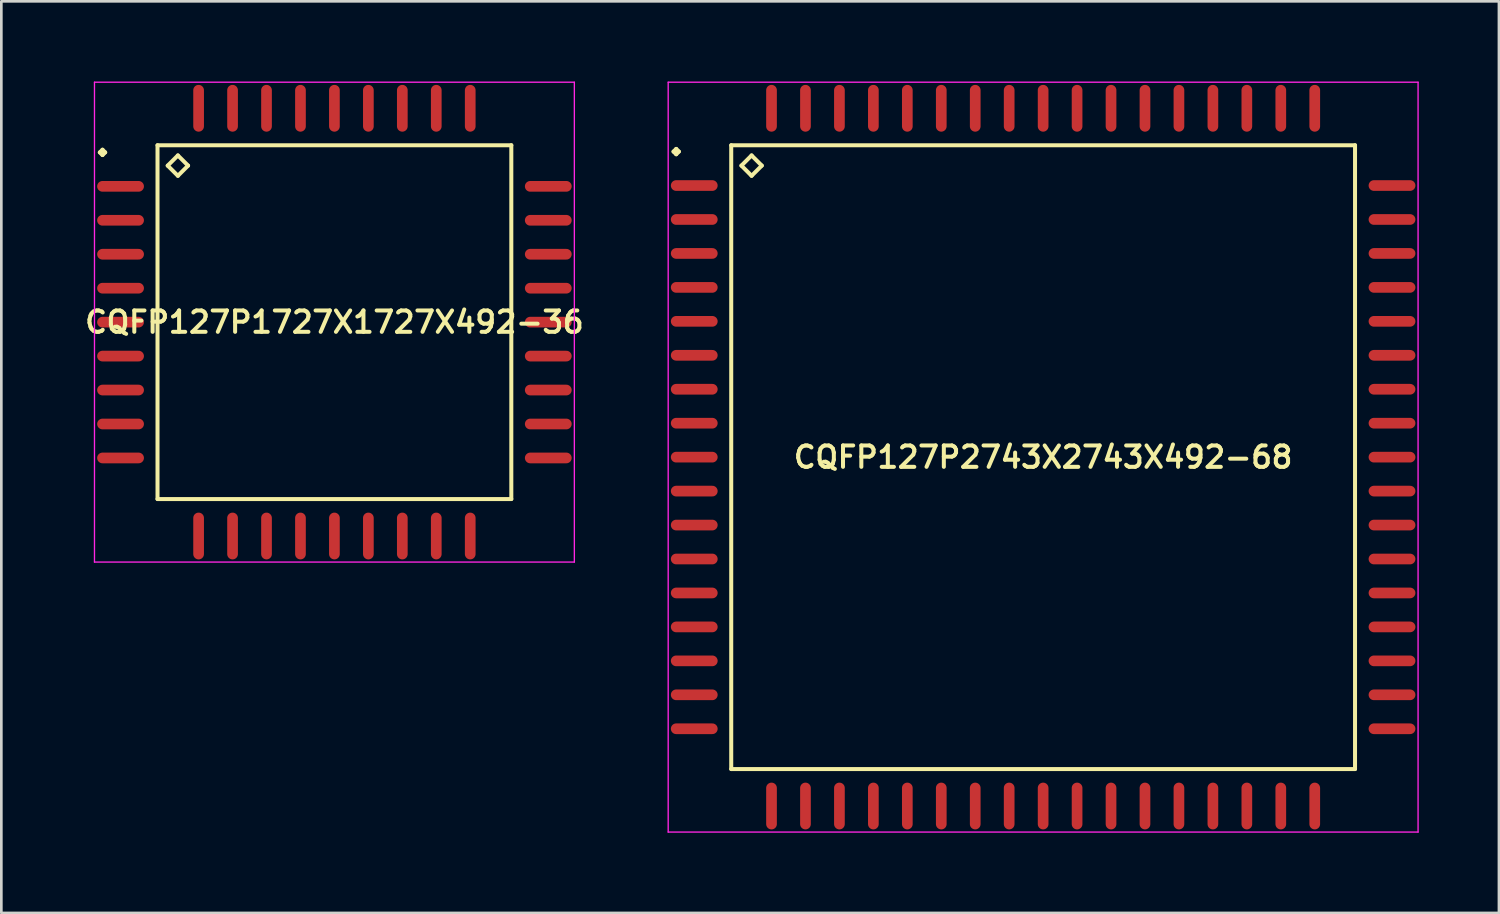
<source format=kicad_pcb>
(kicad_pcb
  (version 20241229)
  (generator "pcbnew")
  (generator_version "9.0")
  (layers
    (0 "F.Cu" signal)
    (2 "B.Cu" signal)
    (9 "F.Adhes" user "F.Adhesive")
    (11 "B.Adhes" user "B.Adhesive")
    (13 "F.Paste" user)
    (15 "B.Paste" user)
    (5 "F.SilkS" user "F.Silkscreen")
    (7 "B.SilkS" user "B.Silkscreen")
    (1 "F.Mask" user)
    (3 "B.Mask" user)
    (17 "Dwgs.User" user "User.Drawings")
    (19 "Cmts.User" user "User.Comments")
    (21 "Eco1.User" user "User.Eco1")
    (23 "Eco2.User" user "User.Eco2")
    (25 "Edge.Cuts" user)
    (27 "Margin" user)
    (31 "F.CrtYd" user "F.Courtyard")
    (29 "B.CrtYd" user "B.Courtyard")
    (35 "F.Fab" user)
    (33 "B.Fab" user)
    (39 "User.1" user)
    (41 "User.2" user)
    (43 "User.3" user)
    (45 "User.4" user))
  (footprint "CQFP127P1727X1727X492-36"
    (layer "F.Cu")
    (at 9.459 9)
    (property "Reference" "CQFP127P1727X1727X492-36" (at 0 0 0) (layer "F.SilkS") (effects (font (size 0.8 0.8) (thickness 0.15))))
    (attr smd)
    (fp_line (start -8.775 -6.35) (end -8.675 -6.45) (stroke (width 0.15) (type solid)) (layer "F.SilkS"))
    (fp_line (start -8.675 -6.45) (end -8.575 -6.35) (stroke (width 0.15) (type solid)) (layer "F.SilkS"))
    (fp_line (start -8.675 -6.25) (end -8.775 -6.35) (stroke (width 0.15) (type solid)) (layer "F.SilkS"))
    (fp_line (start -8.575 -6.35) (end -8.675 -6.25) (stroke (width 0.15) (type solid)) (layer "F.SilkS"))
    (fp_line (start -6.617 -6.617) (end -6.617 6.617) (stroke (width 0.15) (type solid)) (layer "F.SilkS"))
    (fp_line (start -6.617 6.617) (end 6.617 6.617) (stroke (width 0.15) (type solid)) (layer "F.SilkS"))
    (fp_line (start -6.236 -5.855) (end -5.855 -6.236) (stroke (width 0.15) (type solid)) (layer "F.SilkS"))
    (fp_line (start -5.855 -6.236) (end -5.474 -5.855) (stroke (width 0.15) (type solid)) (layer "F.SilkS"))
    (fp_line (start -5.855 -5.474) (end -6.236 -5.855) (stroke (width 0.15) (type solid)) (layer "F.SilkS"))
    (fp_line (start -5.474 -5.855) (end -5.855 -5.474) (stroke (width 0.15) (type solid)) (layer "F.SilkS"))
    (fp_line (start 6.617 -6.617) (end -6.617 -6.617) (stroke (width 0.15) (type solid)) (layer "F.SilkS"))
    (fp_line (start 6.617 6.617) (end 6.617 -6.617) (stroke (width 0.15) (type solid)) (layer "F.SilkS"))
    (fp_line (start -8.975 -8.975) (end 8.975 -8.975) (stroke (width 0.05) (type solid)) (layer "F.CrtYd"))
    (fp_line (start -8.975 8.975) (end -8.975 -8.975) (stroke (width 0.05) (type solid)) (layer "F.CrtYd"))
    (fp_line (start 8.975 -8.975) (end 8.975 8.975) (stroke (width 0.05) (type solid)) (layer "F.CrtYd"))
    (fp_line (start 8.975 8.975) (end -8.975 8.975) (stroke (width 0.05) (type solid)) (layer "F.CrtYd"))
    (pad "1" smd oval (at -8 -5.08) (size 1.75 0.4) (layers "F.Cu" "F.Mask" "F.Paste"))
    (pad "2" smd oval (at -8 -3.81) (size 1.75 0.4) (layers "F.Cu" "F.Mask" "F.Paste"))
    (pad "3" smd oval (at -8 -2.54) (size 1.75 0.4) (layers "F.Cu" "F.Mask" "F.Paste"))
    (pad "4" smd oval (at -8 -1.27) (size 1.75 0.4) (layers "F.Cu" "F.Mask" "F.Paste"))
    (pad "5" smd oval (at -8 0) (size 1.75 0.4) (layers "F.Cu" "F.Mask" "F.Paste"))
    (pad "6" smd oval (at -8 1.27) (size 1.75 0.4) (layers "F.Cu" "F.Mask" "F.Paste"))
    (pad "7" smd oval (at -8 2.54) (size 1.75 0.4) (layers "F.Cu" "F.Mask" "F.Paste"))
    (pad "8" smd oval (at -8 3.81) (size 1.75 0.4) (layers "F.Cu" "F.Mask" "F.Paste"))
    (pad "9" smd oval (at -8 5.08) (size 1.75 0.4) (layers "F.Cu" "F.Mask" "F.Paste"))
    (pad "10" smd oval (at -5.08 8) (size 0.4 1.75) (layers "F.Cu" "F.Mask" "F.Paste"))
    (pad "11" smd oval (at -3.81 8) (size 0.4 1.75) (layers "F.Cu" "F.Mask" "F.Paste"))
    (pad "12" smd oval (at -2.54 8) (size 0.4 1.75) (layers "F.Cu" "F.Mask" "F.Paste"))
    (pad "13" smd oval (at -1.27 8) (size 0.4 1.75) (layers "F.Cu" "F.Mask" "F.Paste"))
    (pad "14" smd oval (at 0 8) (size 0.4 1.75) (layers "F.Cu" "F.Mask" "F.Paste"))
    (pad "15" smd oval (at 1.27 8) (size 0.4 1.75) (layers "F.Cu" "F.Mask" "F.Paste"))
    (pad "16" smd oval (at 2.54 8) (size 0.4 1.75) (layers "F.Cu" "F.Mask" "F.Paste"))
    (pad "17" smd oval (at 3.81 8) (size 0.4 1.75) (layers "F.Cu" "F.Mask" "F.Paste"))
    (pad "18" smd oval (at 5.08 8) (size 0.4 1.75) (layers "F.Cu" "F.Mask" "F.Paste"))
    (pad "19" smd oval (at 8 5.08) (size 1.75 0.4) (layers "F.Cu" "F.Mask" "F.Paste"))
    (pad "20" smd oval (at 8 3.81) (size 1.75 0.4) (layers "F.Cu" "F.Mask" "F.Paste"))
    (pad "21" smd oval (at 8 2.54) (size 1.75 0.4) (layers "F.Cu" "F.Mask" "F.Paste"))
    (pad "22" smd oval (at 8 1.27) (size 1.75 0.4) (layers "F.Cu" "F.Mask" "F.Paste"))
    (pad "23" smd oval (at 8 0) (size 1.75 0.4) (layers "F.Cu" "F.Mask" "F.Paste"))
    (pad "24" smd oval (at 8 -1.27) (size 1.75 0.4) (layers "F.Cu" "F.Mask" "F.Paste"))
    (pad "25" smd oval (at 8 -2.54) (size 1.75 0.4) (layers "F.Cu" "F.Mask" "F.Paste"))
    (pad "26" smd oval (at 8 -3.81) (size 1.75 0.4) (layers "F.Cu" "F.Mask" "F.Paste"))
    (pad "27" smd oval (at 8 -5.08) (size 1.75 0.4) (layers "F.Cu" "F.Mask" "F.Paste"))
    (pad "28" smd oval (at 5.08 -8) (size 0.4 1.75) (layers "F.Cu" "F.Mask" "F.Paste"))
    (pad "29" smd oval (at 3.81 -8) (size 0.4 1.75) (layers "F.Cu" "F.Mask" "F.Paste"))
    (pad "30" smd oval (at 2.54 -8) (size 0.4 1.75) (layers "F.Cu" "F.Mask" "F.Paste"))
    (pad "31" smd oval (at 1.27 -8) (size 0.4 1.75) (layers "F.Cu" "F.Mask" "F.Paste"))
    (pad "32" smd oval (at 0 -8) (size 0.4 1.75) (layers "F.Cu" "F.Mask" "F.Paste"))
    (pad "33" smd oval (at -1.27 -8) (size 0.4 1.75) (layers "F.Cu" "F.Mask" "F.Paste"))
    (pad "34" smd oval (at -2.54 -8) (size 0.4 1.75) (layers "F.Cu" "F.Mask" "F.Paste"))
    (pad "35" smd oval (at -3.81 -8) (size 0.4 1.75) (layers "F.Cu" "F.Mask" "F.Paste"))
    (pad "36" smd oval (at -5.08 -8) (size 0.4 1.75) (layers "F.Cu" "F.Mask" "F.Paste")))
  (footprint "CQFP127P2743X2743X492-68"
    (layer "F.Cu")
    (at 35.969 14.05)
    (property "Reference" "CQFP127P2743X2743X492-68" (at 0 0 0) (layer "F.SilkS") (effects (font (size 0.8 0.8) (thickness 0.15))))
    (attr smd)
    (fp_line (start -13.825 -11.43) (end -13.725 -11.53) (stroke (width 0.15) (type solid)) (layer "F.SilkS"))
    (fp_line (start -13.725 -11.53) (end -13.625 -11.43) (stroke (width 0.15) (type solid)) (layer "F.SilkS"))
    (fp_line (start -13.725 -11.33) (end -13.825 -11.43) (stroke (width 0.15) (type solid)) (layer "F.SilkS"))
    (fp_line (start -13.625 -11.43) (end -13.725 -11.33) (stroke (width 0.15) (type solid)) (layer "F.SilkS"))
    (fp_line (start -11.667 -11.667) (end -11.667 11.667) (stroke (width 0.15) (type solid)) (layer "F.SilkS"))
    (fp_line (start -11.667 11.667) (end 11.667 11.667) (stroke (width 0.15) (type solid)) (layer "F.SilkS"))
    (fp_line (start -11.286 -10.905) (end -10.905 -11.286) (stroke (width 0.15) (type solid)) (layer "F.SilkS"))
    (fp_line (start -10.905 -11.286) (end -10.524 -10.905) (stroke (width 0.15) (type solid)) (layer "F.SilkS"))
    (fp_line (start -10.905 -10.524) (end -11.286 -10.905) (stroke (width 0.15) (type solid)) (layer "F.SilkS"))
    (fp_line (start -10.524 -10.905) (end -10.905 -10.524) (stroke (width 0.15) (type solid)) (layer "F.SilkS"))
    (fp_line (start 11.667 -11.667) (end -11.667 -11.667) (stroke (width 0.15) (type solid)) (layer "F.SilkS"))
    (fp_line (start 11.667 11.667) (end 11.667 -11.667) (stroke (width 0.15) (type solid)) (layer "F.SilkS"))
    (fp_line (start -14.025 -14.025) (end 14.025 -14.025) (stroke (width 0.05) (type solid)) (layer "F.CrtYd"))
    (fp_line (start -14.025 14.025) (end -14.025 -14.025) (stroke (width 0.05) (type solid)) (layer "F.CrtYd"))
    (fp_line (start 14.025 -14.025) (end 14.025 14.025) (stroke (width 0.05) (type solid)) (layer "F.CrtYd"))
    (fp_line (start 14.025 14.025) (end -14.025 14.025) (stroke (width 0.05) (type solid)) (layer "F.CrtYd"))
    (pad "1" smd oval (at -13.05 -10.16) (size 1.75 0.4) (layers "F.Cu" "F.Mask" "F.Paste"))
    (pad "2" smd oval (at -13.05 -8.89) (size 1.75 0.4) (layers "F.Cu" "F.Mask" "F.Paste"))
    (pad "3" smd oval (at -13.05 -7.62) (size 1.75 0.4) (layers "F.Cu" "F.Mask" "F.Paste"))
    (pad "4" smd oval (at -13.05 -6.35) (size 1.75 0.4) (layers "F.Cu" "F.Mask" "F.Paste"))
    (pad "5" smd oval (at -13.05 -5.08) (size 1.75 0.4) (layers "F.Cu" "F.Mask" "F.Paste"))
    (pad "6" smd oval (at -13.05 -3.81) (size 1.75 0.4) (layers "F.Cu" "F.Mask" "F.Paste"))
    (pad "7" smd oval (at -13.05 -2.54) (size 1.75 0.4) (layers "F.Cu" "F.Mask" "F.Paste"))
    (pad "8" smd oval (at -13.05 -1.27) (size 1.75 0.4) (layers "F.Cu" "F.Mask" "F.Paste"))
    (pad "9" smd oval (at -13.05 0) (size 1.75 0.4) (layers "F.Cu" "F.Mask" "F.Paste"))
    (pad "10" smd oval (at -13.05 1.27) (size 1.75 0.4) (layers "F.Cu" "F.Mask" "F.Paste"))
    (pad "11" smd oval (at -13.05 2.54) (size 1.75 0.4) (layers "F.Cu" "F.Mask" "F.Paste"))
    (pad "12" smd oval (at -13.05 3.81) (size 1.75 0.4) (layers "F.Cu" "F.Mask" "F.Paste"))
    (pad "13" smd oval (at -13.05 5.08) (size 1.75 0.4) (layers "F.Cu" "F.Mask" "F.Paste"))
    (pad "14" smd oval (at -13.05 6.35) (size 1.75 0.4) (layers "F.Cu" "F.Mask" "F.Paste"))
    (pad "15" smd oval (at -13.05 7.62) (size 1.75 0.4) (layers "F.Cu" "F.Mask" "F.Paste"))
    (pad "16" smd oval (at -13.05 8.89) (size 1.75 0.4) (layers "F.Cu" "F.Mask" "F.Paste"))
    (pad "17" smd oval (at -13.05 10.16) (size 1.75 0.4) (layers "F.Cu" "F.Mask" "F.Paste"))
    (pad "18" smd oval (at -10.16 13.05) (size 0.4 1.75) (layers "F.Cu" "F.Mask" "F.Paste"))
    (pad "19" smd oval (at -8.89 13.05) (size 0.4 1.75) (layers "F.Cu" "F.Mask" "F.Paste"))
    (pad "20" smd oval (at -7.62 13.05) (size 0.4 1.75) (layers "F.Cu" "F.Mask" "F.Paste"))
    (pad "21" smd oval (at -6.35 13.05) (size 0.4 1.75) (layers "F.Cu" "F.Mask" "F.Paste"))
    (pad "22" smd oval (at -5.08 13.05) (size 0.4 1.75) (layers "F.Cu" "F.Mask" "F.Paste"))
    (pad "23" smd oval (at -3.81 13.05) (size 0.4 1.75) (layers "F.Cu" "F.Mask" "F.Paste"))
    (pad "24" smd oval (at -2.54 13.05) (size 0.4 1.75) (layers "F.Cu" "F.Mask" "F.Paste"))
    (pad "25" smd oval (at -1.27 13.05) (size 0.4 1.75) (layers "F.Cu" "F.Mask" "F.Paste"))
    (pad "26" smd oval (at 0 13.05) (size 0.4 1.75) (layers "F.Cu" "F.Mask" "F.Paste"))
    (pad "27" smd oval (at 1.27 13.05) (size 0.4 1.75) (layers "F.Cu" "F.Mask" "F.Paste"))
    (pad "28" smd oval (at 2.54 13.05) (size 0.4 1.75) (layers "F.Cu" "F.Mask" "F.Paste"))
    (pad "29" smd oval (at 3.81 13.05) (size 0.4 1.75) (layers "F.Cu" "F.Mask" "F.Paste"))
    (pad "30" smd oval (at 5.08 13.05) (size 0.4 1.75) (layers "F.Cu" "F.Mask" "F.Paste"))
    (pad "31" smd oval (at 6.35 13.05) (size 0.4 1.75) (layers "F.Cu" "F.Mask" "F.Paste"))
    (pad "32" smd oval (at 7.62 13.05) (size 0.4 1.75) (layers "F.Cu" "F.Mask" "F.Paste"))
    (pad "33" smd oval (at 8.89 13.05) (size 0.4 1.75) (layers "F.Cu" "F.Mask" "F.Paste"))
    (pad "34" smd oval (at 10.16 13.05) (size 0.4 1.75) (layers "F.Cu" "F.Mask" "F.Paste"))
    (pad "35" smd oval (at 13.05 10.16) (size 1.75 0.4) (layers "F.Cu" "F.Mask" "F.Paste"))
    (pad "36" smd oval (at 13.05 8.89) (size 1.75 0.4) (layers "F.Cu" "F.Mask" "F.Paste"))
    (pad "37" smd oval (at 13.05 7.62) (size 1.75 0.4) (layers "F.Cu" "F.Mask" "F.Paste"))
    (pad "38" smd oval (at 13.05 6.35) (size 1.75 0.4) (layers "F.Cu" "F.Mask" "F.Paste"))
    (pad "39" smd oval (at 13.05 5.08) (size 1.75 0.4) (layers "F.Cu" "F.Mask" "F.Paste"))
    (pad "40" smd oval (at 13.05 3.81) (size 1.75 0.4) (layers "F.Cu" "F.Mask" "F.Paste"))
    (pad "41" smd oval (at 13.05 2.54) (size 1.75 0.4) (layers "F.Cu" "F.Mask" "F.Paste"))
    (pad "42" smd oval (at 13.05 1.27) (size 1.75 0.4) (layers "F.Cu" "F.Mask" "F.Paste"))
    (pad "43" smd oval (at 13.05 0) (size 1.75 0.4) (layers "F.Cu" "F.Mask" "F.Paste"))
    (pad "44" smd oval (at 13.05 -1.27) (size 1.75 0.4) (layers "F.Cu" "F.Mask" "F.Paste"))
    (pad "45" smd oval (at 13.05 -2.54) (size 1.75 0.4) (layers "F.Cu" "F.Mask" "F.Paste"))
    (pad "46" smd oval (at 13.05 -3.81) (size 1.75 0.4) (layers "F.Cu" "F.Mask" "F.Paste"))
    (pad "47" smd oval (at 13.05 -5.08) (size 1.75 0.4) (layers "F.Cu" "F.Mask" "F.Paste"))
    (pad "48" smd oval (at 13.05 -6.35) (size 1.75 0.4) (layers "F.Cu" "F.Mask" "F.Paste"))
    (pad "49" smd oval (at 13.05 -7.62) (size 1.75 0.4) (layers "F.Cu" "F.Mask" "F.Paste"))
    (pad "50" smd oval (at 13.05 -8.89) (size 1.75 0.4) (layers "F.Cu" "F.Mask" "F.Paste"))
    (pad "51" smd oval (at 13.05 -10.16) (size 1.75 0.4) (layers "F.Cu" "F.Mask" "F.Paste"))
    (pad "52" smd oval (at 10.16 -13.05) (size 0.4 1.75) (layers "F.Cu" "F.Mask" "F.Paste"))
    (pad "53" smd oval (at 8.89 -13.05) (size 0.4 1.75) (layers "F.Cu" "F.Mask" "F.Paste"))
    (pad "54" smd oval (at 7.62 -13.05) (size 0.4 1.75) (layers "F.Cu" "F.Mask" "F.Paste"))
    (pad "55" smd oval (at 6.35 -13.05) (size 0.4 1.75) (layers "F.Cu" "F.Mask" "F.Paste"))
    (pad "56" smd oval (at 5.08 -13.05) (size 0.4 1.75) (layers "F.Cu" "F.Mask" "F.Paste"))
    (pad "57" smd oval (at 3.81 -13.05) (size 0.4 1.75) (layers "F.Cu" "F.Mask" "F.Paste"))
    (pad "58" smd oval (at 2.54 -13.05) (size 0.4 1.75) (layers "F.Cu" "F.Mask" "F.Paste"))
    (pad "59" smd oval (at 1.27 -13.05) (size 0.4 1.75) (layers "F.Cu" "F.Mask" "F.Paste"))
    (pad "60" smd oval (at 0 -13.05) (size 0.4 1.75) (layers "F.Cu" "F.Mask" "F.Paste"))
    (pad "61" smd oval (at -1.27 -13.05) (size 0.4 1.75) (layers "F.Cu" "F.Mask" "F.Paste"))
    (pad "62" smd oval (at -2.54 -13.05) (size 0.4 1.75) (layers "F.Cu" "F.Mask" "F.Paste"))
    (pad "63" smd oval (at -3.81 -13.05) (size 0.4 1.75) (layers "F.Cu" "F.Mask" "F.Paste"))
    (pad "64" smd oval (at -5.08 -13.05) (size 0.4 1.75) (layers "F.Cu" "F.Mask" "F.Paste"))
    (pad "65" smd oval (at -6.35 -13.05) (size 0.4 1.75) (layers "F.Cu" "F.Mask" "F.Paste"))
    (pad "66" smd oval (at -7.62 -13.05) (size 0.4 1.75) (layers "F.Cu" "F.Mask" "F.Paste"))
    (pad "67" smd oval (at -8.89 -13.05) (size 0.4 1.75) (layers "F.Cu" "F.Mask" "F.Paste"))
    (pad "68" smd oval (at -10.16 -13.05) (size 0.4 1.75) (layers "F.Cu" "F.Mask" "F.Paste")))
  (gr_rect
    (start -3 -3)
    (end 53.019 31.1)
    (stroke (width 0.1) (type default))
    (fill no)
    (layer "Edge.Cuts")))
</source>
